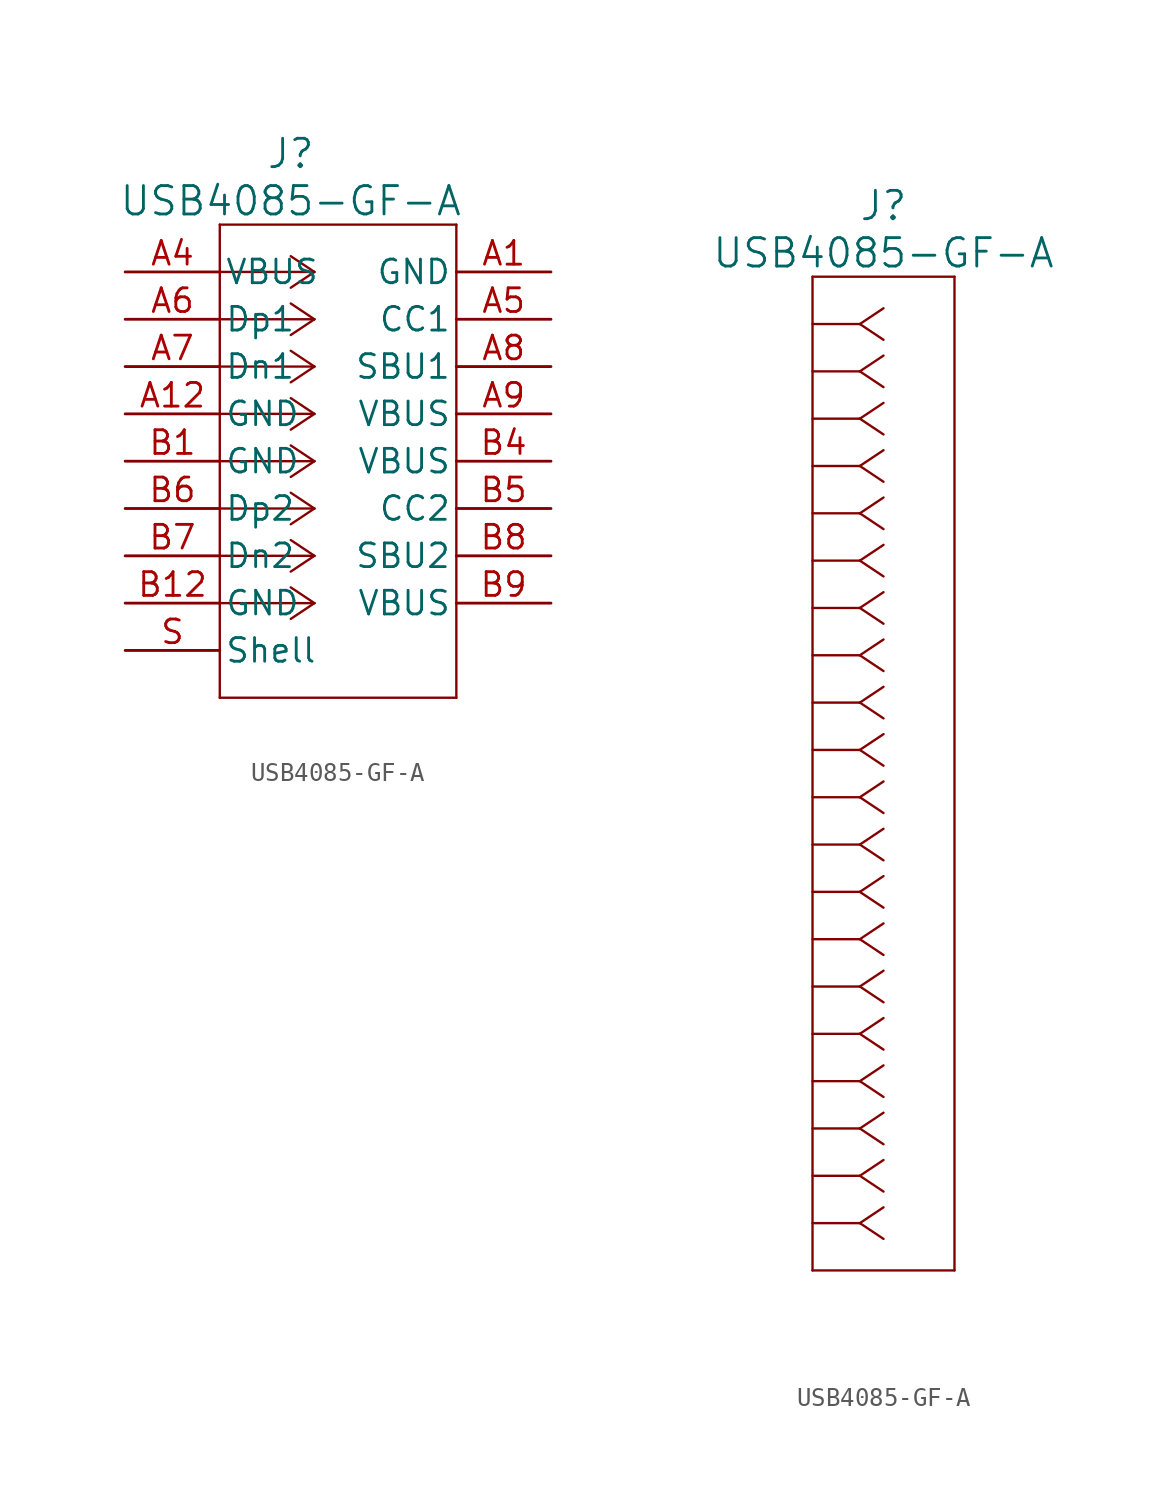
<source format=kicad_sym>
(kicad_symbol_lib
  (version 20220914)
  (generator kicad_symbol_editor)
  (symbol "USB4085-GF-A"
    (pin_names
      (offset 0.254))
    (property "Reference" "J"
      (at 8.89 6.35 0)
      (effects (font (size 1.524 1.524))))
    (property "Value" "USB4085-GF-A"
      (at 8.89 3.81 0)
      (effects (font (size 1.524 1.524))))
    (symbol "USB4085-GF-A_1_1"
      (polyline (pts (xy 5.08 -22.86) (xy 17.78 -22.86)) (stroke (width 0.127) (type default)) (fill (type none)))
      (polyline (pts (xy 5.08 2.54) (xy 5.08 -22.86)) (stroke (width 0.127) (type default)) (fill (type none)))
      (polyline (pts (xy 10.16 -17.78) (xy 5.08 -17.78)) (stroke (width 0.127) (type default)) (fill (type none)))
      (polyline (pts (xy 10.16 -17.78) (xy 8.89 -18.627)) (stroke (width 0.127) (type default)) (fill (type none)))
      (polyline (pts (xy 10.16 -17.78) (xy 8.89 -16.933)) (stroke (width 0.127) (type default)) (fill (type none)))
      (polyline (pts (xy 10.16 -15.24) (xy 5.08 -15.24)) (stroke (width 0.127) (type default)) (fill (type none)))
      (polyline (pts (xy 10.16 -15.24) (xy 8.89 -16.087)) (stroke (width 0.127) (type default)) (fill (type none)))
      (polyline (pts (xy 10.16 -15.24) (xy 8.89 -14.393)) (stroke (width 0.127) (type default)) (fill (type none)))
      (polyline (pts (xy 10.16 -12.7) (xy 5.08 -12.7)) (stroke (width 0.127) (type default)) (fill (type none)))
      (polyline (pts (xy 10.16 -12.7) (xy 8.89 -13.547)) (stroke (width 0.127) (type default)) (fill (type none)))
      (polyline (pts (xy 10.16 -12.7) (xy 8.89 -11.853)) (stroke (width 0.127) (type default)) (fill (type none)))
      (polyline (pts (xy 10.16 -10.16) (xy 5.08 -10.16)) (stroke (width 0.127) (type default)) (fill (type none)))
      (polyline (pts (xy 10.16 -10.16) (xy 8.89 -11.007)) (stroke (width 0.127) (type default)) (fill (type none)))
      (polyline (pts (xy 10.16 -10.16) (xy 8.89 -9.313)) (stroke (width 0.127) (type default)) (fill (type none)))
      (polyline (pts (xy 10.16 -7.62) (xy 5.08 -7.62)) (stroke (width 0.127) (type default)) (fill (type none)))
      (polyline (pts (xy 10.16 -7.62) (xy 8.89 -8.467)) (stroke (width 0.127) (type default)) (fill (type none)))
      (polyline (pts (xy 10.16 -7.62) (xy 8.89 -6.773)) (stroke (width 0.127) (type default)) (fill (type none)))
      (polyline (pts (xy 10.16 -5.08) (xy 5.08 -5.08)) (stroke (width 0.127) (type default)) (fill (type none)))
      (polyline (pts (xy 10.16 -5.08) (xy 8.89 -5.927)) (stroke (width 0.127) (type default)) (fill (type none)))
      (polyline (pts (xy 10.16 -5.08) (xy 8.89 -4.233)) (stroke (width 0.127) (type default)) (fill (type none)))
      (polyline (pts (xy 10.16 -2.54) (xy 5.08 -2.54)) (stroke (width 0.127) (type default)) (fill (type none)))
      (polyline (pts (xy 10.16 -2.54) (xy 8.89 -3.387)) (stroke (width 0.127) (type default)) (fill (type none)))
      (polyline (pts (xy 10.16 -2.54) (xy 8.89 -1.693)) (stroke (width 0.127) (type default)) (fill (type none)))
      (polyline (pts (xy 10.16 0) (xy 5.08 0)) (stroke (width 0.127) (type default)) (fill (type none)))
      (polyline (pts (xy 10.16 0) (xy 8.89 -0.847)) (stroke (width 0.127) (type default)) (fill (type none)))
      (polyline (pts (xy 10.16 0) (xy 8.89 0.847)) (stroke (width 0.127) (type default)) (fill (type none)))
      (polyline (pts (xy 17.78 -22.86) (xy 17.78 2.54)) (stroke (width 0.127) (type default)) (fill (type none)))
      (polyline (pts (xy 17.78 2.54) (xy 5.08 2.54)) (stroke (width 0.127) (type default)) (fill (type none)))
      (pin unspecified line (at 22.86 0 180) (length 5.08) (name "GND" (effects (font (size 1.27 1.27)))) (number "A1" (effects (font (size 1.27 1.27)))))
      (pin unspecified line (at 0 -7.62 0) (length 5.08) (name "GND" (effects (font (size 1.27 1.27)))) (number "A12" (effects (font (size 1.27 1.27)))))
      (pin unspecified line (at 0 0 0) (length 5.08) (name "VBUS" (effects (font (size 1.27 1.27)))) (number "A4" (effects (font (size 1.27 1.27)))))
      (pin unspecified line (at 22.86 -2.54 180) (length 5.08) (name "CC1" (effects (font (size 1.27 1.27)))) (number "A5" (effects (font (size 1.27 1.27)))))
      (pin unspecified line (at 0 -2.54 0) (length 5.08) (name "Dp1" (effects (font (size 1.27 1.27)))) (number "A6" (effects (font (size 1.27 1.27)))))
      (pin unspecified line (at 0 -5.08 0) (length 5.08) (name "Dn1" (effects (font (size 1.27 1.27)))) (number "A7" (effects (font (size 1.27 1.27)))))
      (pin unspecified line (at 22.86 -5.08 180) (length 5.08) (name "SBU1" (effects (font (size 1.27 1.27)))) (number "A8" (effects (font (size 1.27 1.27)))))
      (pin unspecified line (at 22.86 -7.62 180) (length 5.08) (name "VBUS" (effects (font (size 1.27 1.27)))) (number "A9" (effects (font (size 1.27 1.27)))))
      (pin unspecified line (at 0 -10.16 0) (length 5.08) (name "GND" (effects (font (size 1.27 1.27)))) (number "B1" (effects (font (size 1.27 1.27)))))
      (pin unspecified line (at 0 -17.78 0) (length 5.08) (name "GND" (effects (font (size 1.27 1.27)))) (number "B12" (effects (font (size 1.27 1.27)))))
      (pin unspecified line (at 22.86 -10.16 180) (length 5.08) (name "VBUS" (effects (font (size 1.27 1.27)))) (number "B4" (effects (font (size 1.27 1.27)))))
      (pin unspecified line (at 22.86 -12.7 180) (length 5.08) (name "CC2" (effects (font (size 1.27 1.27)))) (number "B5" (effects (font (size 1.27 1.27)))))
      (pin unspecified line (at 0 -12.7 0) (length 5.08) (name "Dp2" (effects (font (size 1.27 1.27)))) (number "B6" (effects (font (size 1.27 1.27)))))
      (pin unspecified line (at 0 -15.24 0) (length 5.08) (name "Dn2" (effects (font (size 1.27 1.27)))) (number "B7" (effects (font (size 1.27 1.27)))))
      (pin unspecified line (at 22.86 -15.24 180) (length 5.08) (name "SBU2" (effects (font (size 1.27 1.27)))) (number "B8" (effects (font (size 1.27 1.27)))))
      (pin unspecified line (at 22.86 -17.78 180) (length 5.08) (name "VBUS" (effects (font (size 1.27 1.27)))) (number "B9" (effects (font (size 1.27 1.27)))))
      (pin unspecified line (at 0 -20.32 0) (length 5.08) (name "Shell" (effects (font (size 1.27 1.27)))) (number "S" (effects (font (size 1.27 1.27))))))
    (symbol "USB4085-GF-A_1_2"
      (polyline (pts (xy 5.08 -50.8) (xy 12.7 -50.8)) (stroke (width 0.127) (type default)) (fill (type none)))
      (polyline (pts (xy 5.08 2.54) (xy 5.08 -50.8)) (stroke (width 0.127) (type default)) (fill (type none)))
      (polyline (pts (xy 7.62 -48.26) (xy 5.08 -48.26)) (stroke (width 0.127) (type default)) (fill (type none)))
      (polyline (pts (xy 7.62 -48.26) (xy 8.89 -49.107)) (stroke (width 0.127) (type default)) (fill (type none)))
      (polyline (pts (xy 7.62 -48.26) (xy 8.89 -47.413)) (stroke (width 0.127) (type default)) (fill (type none)))
      (polyline (pts (xy 7.62 -45.72) (xy 5.08 -45.72)) (stroke (width 0.127) (type default)) (fill (type none)))
      (polyline (pts (xy 7.62 -45.72) (xy 8.89 -46.567)) (stroke (width 0.127) (type default)) (fill (type none)))
      (polyline (pts (xy 7.62 -45.72) (xy 8.89 -44.873)) (stroke (width 0.127) (type default)) (fill (type none)))
      (polyline (pts (xy 7.62 -43.18) (xy 5.08 -43.18)) (stroke (width 0.127) (type default)) (fill (type none)))
      (polyline (pts (xy 7.62 -43.18) (xy 8.89 -44.027)) (stroke (width 0.127) (type default)) (fill (type none)))
      (polyline (pts (xy 7.62 -43.18) (xy 8.89 -42.333)) (stroke (width 0.127) (type default)) (fill (type none)))
      (polyline (pts (xy 7.62 -40.64) (xy 5.08 -40.64)) (stroke (width 0.127) (type default)) (fill (type none)))
      (polyline (pts (xy 7.62 -40.64) (xy 8.89 -41.487)) (stroke (width 0.127) (type default)) (fill (type none)))
      (polyline (pts (xy 7.62 -40.64) (xy 8.89 -39.793)) (stroke (width 0.127) (type default)) (fill (type none)))
      (polyline (pts (xy 7.62 -38.1) (xy 5.08 -38.1)) (stroke (width 0.127) (type default)) (fill (type none)))
      (polyline (pts (xy 7.62 -38.1) (xy 8.89 -38.947)) (stroke (width 0.127) (type default)) (fill (type none)))
      (polyline (pts (xy 7.62 -38.1) (xy 8.89 -37.253)) (stroke (width 0.127) (type default)) (fill (type none)))
      (polyline (pts (xy 7.62 -35.56) (xy 5.08 -35.56)) (stroke (width 0.127) (type default)) (fill (type none)))
      (polyline (pts (xy 7.62 -35.56) (xy 8.89 -36.407)) (stroke (width 0.127) (type default)) (fill (type none)))
      (polyline (pts (xy 7.62 -35.56) (xy 8.89 -34.713)) (stroke (width 0.127) (type default)) (fill (type none)))
      (polyline (pts (xy 7.62 -33.02) (xy 5.08 -33.02)) (stroke (width 0.127) (type default)) (fill (type none)))
      (polyline (pts (xy 7.62 -33.02) (xy 8.89 -33.867)) (stroke (width 0.127) (type default)) (fill (type none)))
      (polyline (pts (xy 7.62 -33.02) (xy 8.89 -32.173)) (stroke (width 0.127) (type default)) (fill (type none)))
      (polyline (pts (xy 7.62 -30.48) (xy 5.08 -30.48)) (stroke (width 0.127) (type default)) (fill (type none)))
      (polyline (pts (xy 7.62 -30.48) (xy 8.89 -31.327)) (stroke (width 0.127) (type default)) (fill (type none)))
      (polyline (pts (xy 7.62 -30.48) (xy 8.89 -29.633)) (stroke (width 0.127) (type default)) (fill (type none)))
      (polyline (pts (xy 7.62 -27.94) (xy 5.08 -27.94)) (stroke (width 0.127) (type default)) (fill (type none)))
      (polyline (pts (xy 7.62 -27.94) (xy 8.89 -28.787)) (stroke (width 0.127) (type default)) (fill (type none)))
      (polyline (pts (xy 7.62 -27.94) (xy 8.89 -27.093)) (stroke (width 0.127) (type default)) (fill (type none)))
      (polyline (pts (xy 7.62 -25.4) (xy 5.08 -25.4)) (stroke (width 0.127) (type default)) (fill (type none)))
      (polyline (pts (xy 7.62 -25.4) (xy 8.89 -26.247)) (stroke (width 0.127) (type default)) (fill (type none)))
      (polyline (pts (xy 7.62 -25.4) (xy 8.89 -24.553)) (stroke (width 0.127) (type default)) (fill (type none)))
      (polyline (pts (xy 7.62 -22.86) (xy 5.08 -22.86)) (stroke (width 0.127) (type default)) (fill (type none)))
      (polyline (pts (xy 7.62 -22.86) (xy 8.89 -23.707)) (stroke (width 0.127) (type default)) (fill (type none)))
      (polyline (pts (xy 7.62 -22.86) (xy 8.89 -22.013)) (stroke (width 0.127) (type default)) (fill (type none)))
      (polyline (pts (xy 7.62 -20.32) (xy 5.08 -20.32)) (stroke (width 0.127) (type default)) (fill (type none)))
      (polyline (pts (xy 7.62 -20.32) (xy 8.89 -21.167)) (stroke (width 0.127) (type default)) (fill (type none)))
      (polyline (pts (xy 7.62 -20.32) (xy 8.89 -19.473)) (stroke (width 0.127) (type default)) (fill (type none)))
      (polyline (pts (xy 7.62 -17.78) (xy 5.08 -17.78)) (stroke (width 0.127) (type default)) (fill (type none)))
      (polyline (pts (xy 7.62 -17.78) (xy 8.89 -18.627)) (stroke (width 0.127) (type default)) (fill (type none)))
      (polyline (pts (xy 7.62 -17.78) (xy 8.89 -16.933)) (stroke (width 0.127) (type default)) (fill (type none)))
      (polyline (pts (xy 7.62 -15.24) (xy 5.08 -15.24)) (stroke (width 0.127) (type default)) (fill (type none)))
      (polyline (pts (xy 7.62 -15.24) (xy 8.89 -16.087)) (stroke (width 0.127) (type default)) (fill (type none)))
      (polyline (pts (xy 7.62 -15.24) (xy 8.89 -14.393)) (stroke (width 0.127) (type default)) (fill (type none)))
      (polyline (pts (xy 7.62 -12.7) (xy 5.08 -12.7)) (stroke (width 0.127) (type default)) (fill (type none)))
      (polyline (pts (xy 7.62 -12.7) (xy 8.89 -13.547)) (stroke (width 0.127) (type default)) (fill (type none)))
      (polyline (pts (xy 7.62 -12.7) (xy 8.89 -11.853)) (stroke (width 0.127) (type default)) (fill (type none)))
      (polyline (pts (xy 7.62 -10.16) (xy 5.08 -10.16)) (stroke (width 0.127) (type default)) (fill (type none)))
      (polyline (pts (xy 7.62 -10.16) (xy 8.89 -11.007)) (stroke (width 0.127) (type default)) (fill (type none)))
      (polyline (pts (xy 7.62 -10.16) (xy 8.89 -9.313)) (stroke (width 0.127) (type default)) (fill (type none)))
      (polyline (pts (xy 7.62 -7.62) (xy 5.08 -7.62)) (stroke (width 0.127) (type default)) (fill (type none)))
      (polyline (pts (xy 7.62 -7.62) (xy 8.89 -8.467)) (stroke (width 0.127) (type default)) (fill (type none)))
      (polyline (pts (xy 7.62 -7.62) (xy 8.89 -6.773)) (stroke (width 0.127) (type default)) (fill (type none)))
      (polyline (pts (xy 7.62 -5.08) (xy 5.08 -5.08)) (stroke (width 0.127) (type default)) (fill (type none)))
      (polyline (pts (xy 7.62 -5.08) (xy 8.89 -5.927)) (stroke (width 0.127) (type default)) (fill (type none)))
      (polyline (pts (xy 7.62 -5.08) (xy 8.89 -4.233)) (stroke (width 0.127) (type default)) (fill (type none)))
      (polyline (pts (xy 7.62 -2.54) (xy 5.08 -2.54)) (stroke (width 0.127) (type default)) (fill (type none)))
      (polyline (pts (xy 7.62 -2.54) (xy 8.89 -3.387)) (stroke (width 0.127) (type default)) (fill (type none)))
      (polyline (pts (xy 7.62 -2.54) (xy 8.89 -1.693)) (stroke (width 0.127) (type default)) (fill (type none)))
      (polyline (pts (xy 7.62 0) (xy 5.08 0)) (stroke (width 0.127) (type default)) (fill (type none)))
      (polyline (pts (xy 7.62 0) (xy 8.89 -0.847)) (stroke (width 0.127) (type default)) (fill (type none)))
      (polyline (pts (xy 7.62 0) (xy 8.89 0.847)) (stroke (width 0.127) (type default)) (fill (type none)))
      (polyline (pts (xy 12.7 -50.8) (xy 12.7 2.54)) (stroke (width 0.127) (type default)) (fill (type none)))
      (polyline (pts (xy 12.7 2.54) (xy 5.08 2.54)) (stroke (width 0.127) (type default)) (fill (type none))))))
</source>
